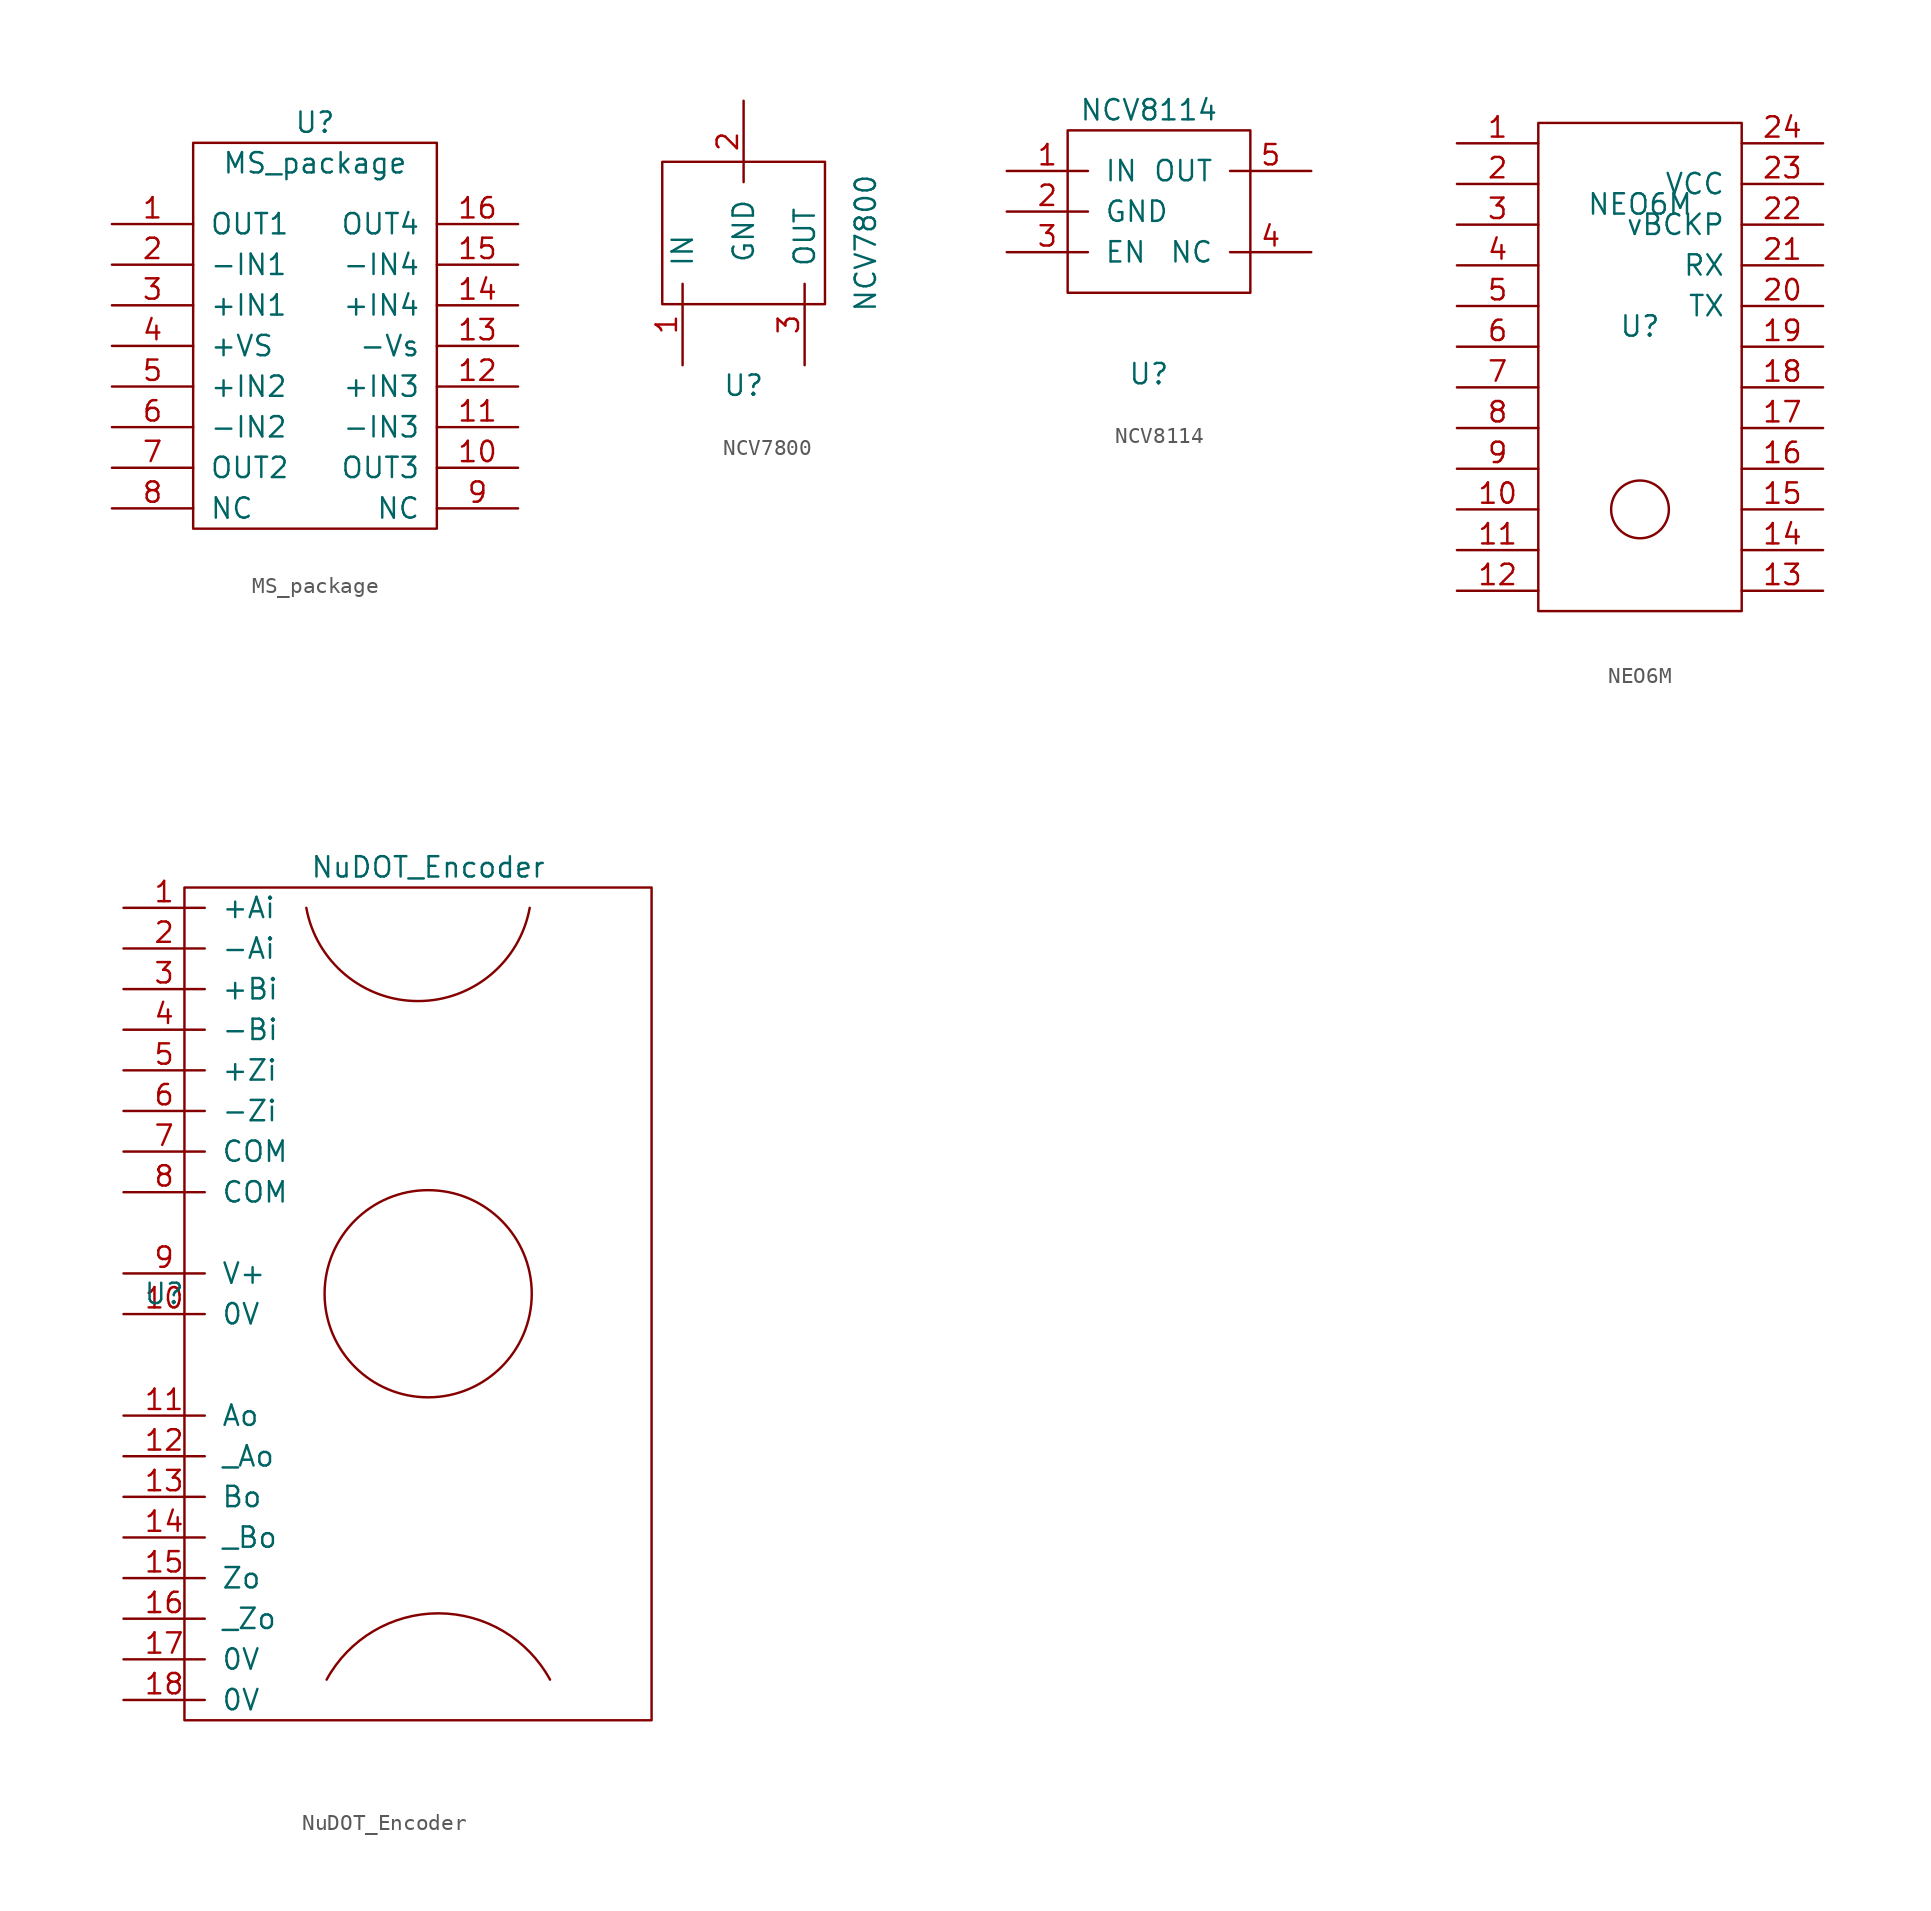
<source format=kicad_sym>
(kicad_symbol_lib
  (version 20220914)
  (generator kicad_symbol_editor)
  (symbol "MS_package"
    (pin_names
      (offset 1.016))
    (property "Reference" "U"
      (at 0 13.97 0)
      (effects (font (size 1.27 1.27))))
    (property "Value" "MS_package"
      (at 0 11.43 0)
      (effects (font (size 1.27 1.27))))
    (symbol "MS_package_0_1"
      (rectangle (start -7.62 -11.43) (end 7.62 12.7) (stroke (width 0) (type solid)) (fill (type none))))
    (symbol "MS_package_1_1"
      (pin input line (at -12.7 7.62 0) (length 5.08) (name "OUT1" (effects (font (size 1.27 1.27)))) (number "1" (effects (font (size 1.27 1.27)))))
      (pin input line (at 12.7 -7.62 180) (length 5.08) (name "OUT3" (effects (font (size 1.27 1.27)))) (number "10" (effects (font (size 1.27 1.27)))))
      (pin input line (at 12.7 -5.08 180) (length 5.08) (name "-IN3" (effects (font (size 1.27 1.27)))) (number "11" (effects (font (size 1.27 1.27)))))
      (pin input line (at 12.7 -2.54 180) (length 5.08) (name "+IN3" (effects (font (size 1.27 1.27)))) (number "12" (effects (font (size 1.27 1.27)))))
      (pin input line (at 12.7 0 180) (length 5.08) (name "-Vs" (effects (font (size 1.27 1.27)))) (number "13" (effects (font (size 1.27 1.27)))))
      (pin input line (at 12.7 2.54 180) (length 5.08) (name "+IN4" (effects (font (size 1.27 1.27)))) (number "14" (effects (font (size 1.27 1.27)))))
      (pin input line (at 12.7 5.08 180) (length 5.08) (name "-IN4" (effects (font (size 1.27 1.27)))) (number "15" (effects (font (size 1.27 1.27)))))
      (pin input line (at 12.7 7.62 180) (length 5.08) (name "OUT4" (effects (font (size 1.27 1.27)))) (number "16" (effects (font (size 1.27 1.27)))))
      (pin input line (at -12.7 5.08 0) (length 5.08) (name "-IN1" (effects (font (size 1.27 1.27)))) (number "2" (effects (font (size 1.27 1.27)))))
      (pin input line (at -12.7 2.54 0) (length 5.08) (name "+IN1" (effects (font (size 1.27 1.27)))) (number "3" (effects (font (size 1.27 1.27)))))
      (pin input line (at -12.7 0 0) (length 5.08) (name "+VS" (effects (font (size 1.27 1.27)))) (number "4" (effects (font (size 1.27 1.27)))))
      (pin input line (at -12.7 -2.54 0) (length 5.08) (name "+IN2" (effects (font (size 1.27 1.27)))) (number "5" (effects (font (size 1.27 1.27)))))
      (pin input line (at -12.7 -5.08 0) (length 5.08) (name "-IN2" (effects (font (size 1.27 1.27)))) (number "6" (effects (font (size 1.27 1.27)))))
      (pin input line (at -12.7 -7.62 0) (length 5.08) (name "OUT2" (effects (font (size 1.27 1.27)))) (number "7" (effects (font (size 1.27 1.27)))))
      (pin input line (at -12.7 -10.16 0) (length 5.08) (name "NC" (effects (font (size 1.27 1.27)))) (number "8" (effects (font (size 1.27 1.27)))))
      (pin input line (at 12.7 -10.16 180) (length 5.08) (name "NC" (effects (font (size 1.27 1.27)))) (number "9" (effects (font (size 1.27 1.27)))))))
  (symbol "NCV7800"
    (pin_names
      (offset 1.016))
    (property "Reference" "U"
      (at 0 -7.62 0)
      (effects (font (size 1.27 1.27))))
    (property "Value" "NCV7800"
      (at 7.62 1.27 90)
      (effects (font (size 1.27 1.27))))
    (symbol "NCV7800_0_1"
      (rectangle (start -5.08 6.35) (end 5.08 -2.54) (stroke (width 0) (type solid)) (fill (type none))))
    (symbol "NCV7800_1_1"
      (pin input line (at -3.81 -6.35 90) (length 5.08) (name "IN" (effects (font (size 1.27 1.27)))) (number "1" (effects (font (size 1.27 1.27)))))
      (pin input line (at 0 10.16 270) (length 5.08) (name "GND" (effects (font (size 1.27 1.27)))) (number "2" (effects (font (size 1.27 1.27)))))
      (pin input line (at 3.81 -6.35 90) (length 5.08) (name "OUT" (effects (font (size 1.27 1.27)))) (number "3" (effects (font (size 1.27 1.27)))))))
  (symbol "NCV8114"
    (pin_names
      (offset 1.016))
    (property "Reference" "U"
      (at 0 -7.62 0)
      (effects (font (size 1.27 1.27))))
    (property "Value" "NCV8114"
      (at 0 8.89 0)
      (effects (font (size 1.27 1.27))))
    (symbol "NCV8114_0_1"
      (rectangle (start -5.08 7.62) (end 6.35 -2.54) (stroke (width 0) (type solid)) (fill (type none))))
    (symbol "NCV8114_1_1"
      (pin input line (at -8.89 5.08 0) (length 5.08) (name "IN" (effects (font (size 1.27 1.27)))) (number "1" (effects (font (size 1.27 1.27)))))
      (pin input line (at -8.89 2.54 0) (length 5.08) (name "GND" (effects (font (size 1.27 1.27)))) (number "2" (effects (font (size 1.27 1.27)))))
      (pin input line (at -8.89 0 0) (length 5.08) (name "EN" (effects (font (size 1.27 1.27)))) (number "3" (effects (font (size 1.27 1.27)))))
      (pin input line (at 10.16 0 180) (length 5.08) (name "NC" (effects (font (size 1.27 1.27)))) (number "4" (effects (font (size 1.27 1.27)))))
      (pin input line (at 10.16 5.08 180) (length 5.08) (name "OUT" (effects (font (size 1.27 1.27)))) (number "5" (effects (font (size 1.27 1.27)))))))
  (symbol "NEO6M"
    (pin_names
      (offset 1.016))
    (property "Reference" "U"
      (at 0 0 0)
      (effects (font (size 1.27 1.27))))
    (property "Value" "NEO6M"
      (at 0 7.62 0)
      (effects (font (size 1.27 1.27))))
    (symbol "NEO6M_0_1"
      (rectangle (start -6.35 12.7) (end 6.35 -17.78) (stroke (width 0) (type solid)) (fill (type none)))
      (circle (center 0 -11.43) (radius 1.803) (stroke (width 0) (type solid)) (fill (type none))))
    (symbol "NEO6M_1_1"
      (pin input line (at -11.43 11.43 0) (length 5.08) (name "~" (effects (font (size 1.27 1.27)))) (number "1" (effects (font (size 1.27 1.27)))))
      (pin input line (at -11.43 -11.43 0) (length 5.08) (name "~" (effects (font (size 1.27 1.27)))) (number "10" (effects (font (size 1.27 1.27)))))
      (pin input line (at -11.43 -13.97 0) (length 5.08) (name "~" (effects (font (size 1.27 1.27)))) (number "11" (effects (font (size 1.27 1.27)))))
      (pin input line (at -11.43 -16.51 0) (length 5.08) (name "~" (effects (font (size 1.27 1.27)))) (number "12" (effects (font (size 1.27 1.27)))))
      (pin input line (at 11.43 -16.51 180) (length 5.08) (name "~" (effects (font (size 1.27 1.27)))) (number "13" (effects (font (size 1.27 1.27)))))
      (pin input line (at 11.43 -13.97 180) (length 5.08) (name "~" (effects (font (size 1.27 1.27)))) (number "14" (effects (font (size 1.27 1.27)))))
      (pin input line (at 11.43 -11.43 180) (length 5.08) (name "~" (effects (font (size 1.27 1.27)))) (number "15" (effects (font (size 1.27 1.27)))))
      (pin input line (at 11.43 -8.89 180) (length 5.08) (name "~" (effects (font (size 1.27 1.27)))) (number "16" (effects (font (size 1.27 1.27)))))
      (pin input line (at 11.43 -6.35 180) (length 5.08) (name "~" (effects (font (size 1.27 1.27)))) (number "17" (effects (font (size 1.27 1.27)))))
      (pin input line (at 11.43 -3.81 180) (length 5.08) (name "~" (effects (font (size 1.27 1.27)))) (number "18" (effects (font (size 1.27 1.27)))))
      (pin input line (at 11.43 -1.27 180) (length 5.08) (name "~" (effects (font (size 1.27 1.27)))) (number "19" (effects (font (size 1.27 1.27)))))
      (pin input line (at -11.43 8.89 0) (length 5.08) (name "~" (effects (font (size 1.27 1.27)))) (number "2" (effects (font (size 1.27 1.27)))))
      (pin input line (at 11.43 1.27 180) (length 5.08) (name "TX" (effects (font (size 1.27 1.27)))) (number "20" (effects (font (size 1.27 1.27)))))
      (pin input line (at 11.43 3.81 180) (length 5.08) (name "RX" (effects (font (size 1.27 1.27)))) (number "21" (effects (font (size 1.27 1.27)))))
      (pin input line (at 11.43 6.35 180) (length 5.08) (name "vBCKP" (effects (font (size 1.27 1.27)))) (number "22" (effects (font (size 1.27 1.27)))))
      (pin input line (at 11.43 8.89 180) (length 5.08) (name "VCC" (effects (font (size 1.27 1.27)))) (number "23" (effects (font (size 1.27 1.27)))))
      (pin input line (at 11.43 11.43 180) (length 5.08) (name "~" (effects (font (size 1.27 1.27)))) (number "24" (effects (font (size 1.27 1.27)))))
      (pin input line (at -11.43 6.35 0) (length 5.08) (name "~" (effects (font (size 1.27 1.27)))) (number "3" (effects (font (size 1.27 1.27)))))
      (pin input line (at -11.43 3.81 0) (length 5.08) (name "~" (effects (font (size 1.27 1.27)))) (number "4" (effects (font (size 1.27 1.27)))))
      (pin input line (at -11.43 1.27 0) (length 5.08) (name "~" (effects (font (size 1.27 1.27)))) (number "5" (effects (font (size 1.27 1.27)))))
      (pin input line (at -11.43 -1.27 0) (length 5.08) (name "~" (effects (font (size 1.27 1.27)))) (number "6" (effects (font (size 1.27 1.27)))))
      (pin input line (at -11.43 -3.81 0) (length 5.08) (name "~" (effects (font (size 1.27 1.27)))) (number "7" (effects (font (size 1.27 1.27)))))
      (pin input line (at -11.43 -6.35 0) (length 5.08) (name "~" (effects (font (size 1.27 1.27)))) (number "8" (effects (font (size 1.27 1.27)))))
      (pin input line (at -11.43 -8.89 0) (length 5.08) (name "~" (effects (font (size 1.27 1.27)))) (number "9" (effects (font (size 1.27 1.27)))))))
  (symbol "NuDOT_Encoder"
    (pin_names
      (offset 1.016))
    (property "Reference" "U"
      (at 0 -11.43 0)
      (effects (font (size 1.27 1.27))))
    (property "Value" "NuDOT_Encoder"
      (at 16.51 15.24 0)
      (effects (font (size 1.27 1.27))))
    (symbol "NuDOT_Encoder_0_1"
      (rectangle (start 1.27 13.97) (end 30.48 -38.1) (stroke (width 0) (type solid)) (fill (type none)))
      (arc (start 8.89 12.7) (mid 15.875 6.8705) (end 22.86 12.7) (stroke (width 0) (type solid)) (fill (type none)))
      (circle (center 16.51 -11.43) (radius 6.477) (stroke (width 0) (type solid)) (fill (type none)))
      (arc (start 24.13 -35.56) (mid 17.145 -31.4135) (end 10.16 -35.56) (stroke (width 0) (type solid)) (fill (type none))))
    (symbol "NuDOT_Encoder_1_1"
      (pin input line (at -2.54 12.7 0) (length 5.08) (name "+Ai" (effects (font (size 1.27 1.27)))) (number "1" (effects (font (size 1.27 1.27)))))
      (pin input line (at -2.54 -12.7 0) (length 5.08) (name "0V" (effects (font (size 1.27 1.27)))) (number "10" (effects (font (size 1.27 1.27)))))
      (pin input line (at -2.54 -19.05 0) (length 5.08) (name "Ao" (effects (font (size 1.27 1.27)))) (number "11" (effects (font (size 1.27 1.27)))))
      (pin input line (at -2.54 -21.59 0) (length 5.08) (name "_Ao" (effects (font (size 1.27 1.27)))) (number "12" (effects (font (size 1.27 1.27)))))
      (pin input line (at -2.54 -24.13 0) (length 5.08) (name "Bo" (effects (font (size 1.27 1.27)))) (number "13" (effects (font (size 1.27 1.27)))))
      (pin input line (at -2.54 -26.67 0) (length 5.08) (name "_Bo" (effects (font (size 1.27 1.27)))) (number "14" (effects (font (size 1.27 1.27)))))
      (pin input line (at -2.54 -29.21 0) (length 5.08) (name "Zo" (effects (font (size 1.27 1.27)))) (number "15" (effects (font (size 1.27 1.27)))))
      (pin input line (at -2.54 -31.75 0) (length 5.08) (name "_Zo" (effects (font (size 1.27 1.27)))) (number "16" (effects (font (size 1.27 1.27)))))
      (pin input line (at -2.54 -34.29 0) (length 5.08) (name "0V" (effects (font (size 1.27 1.27)))) (number "17" (effects (font (size 1.27 1.27)))))
      (pin input line (at -2.54 -36.83 0) (length 5.08) (name "0V" (effects (font (size 1.27 1.27)))) (number "18" (effects (font (size 1.27 1.27)))))
      (pin input line (at -2.54 10.16 0) (length 5.08) (name "-Ai" (effects (font (size 1.27 1.27)))) (number "2" (effects (font (size 1.27 1.27)))))
      (pin input line (at -2.54 7.62 0) (length 5.08) (name "+Bi" (effects (font (size 1.27 1.27)))) (number "3" (effects (font (size 1.27 1.27)))))
      (pin input line (at -2.54 5.08 0) (length 5.08) (name "-Bi" (effects (font (size 1.27 1.27)))) (number "4" (effects (font (size 1.27 1.27)))))
      (pin input line (at -2.54 2.54 0) (length 5.08) (name "+Zi" (effects (font (size 1.27 1.27)))) (number "5" (effects (font (size 1.27 1.27)))))
      (pin input line (at -2.54 0 0) (length 5.08) (name "-Zi" (effects (font (size 1.27 1.27)))) (number "6" (effects (font (size 1.27 1.27)))))
      (pin input line (at -2.54 -2.54 0) (length 5.08) (name "COM" (effects (font (size 1.27 1.27)))) (number "7" (effects (font (size 1.27 1.27)))))
      (pin input line (at -2.54 -5.08 0) (length 5.08) (name "COM" (effects (font (size 1.27 1.27)))) (number "8" (effects (font (size 1.27 1.27)))))
      (pin input line (at -2.54 -10.16 0) (length 5.08) (name "V+" (effects (font (size 1.27 1.27)))) (number "9" (effects (font (size 1.27 1.27))))))))
</source>
